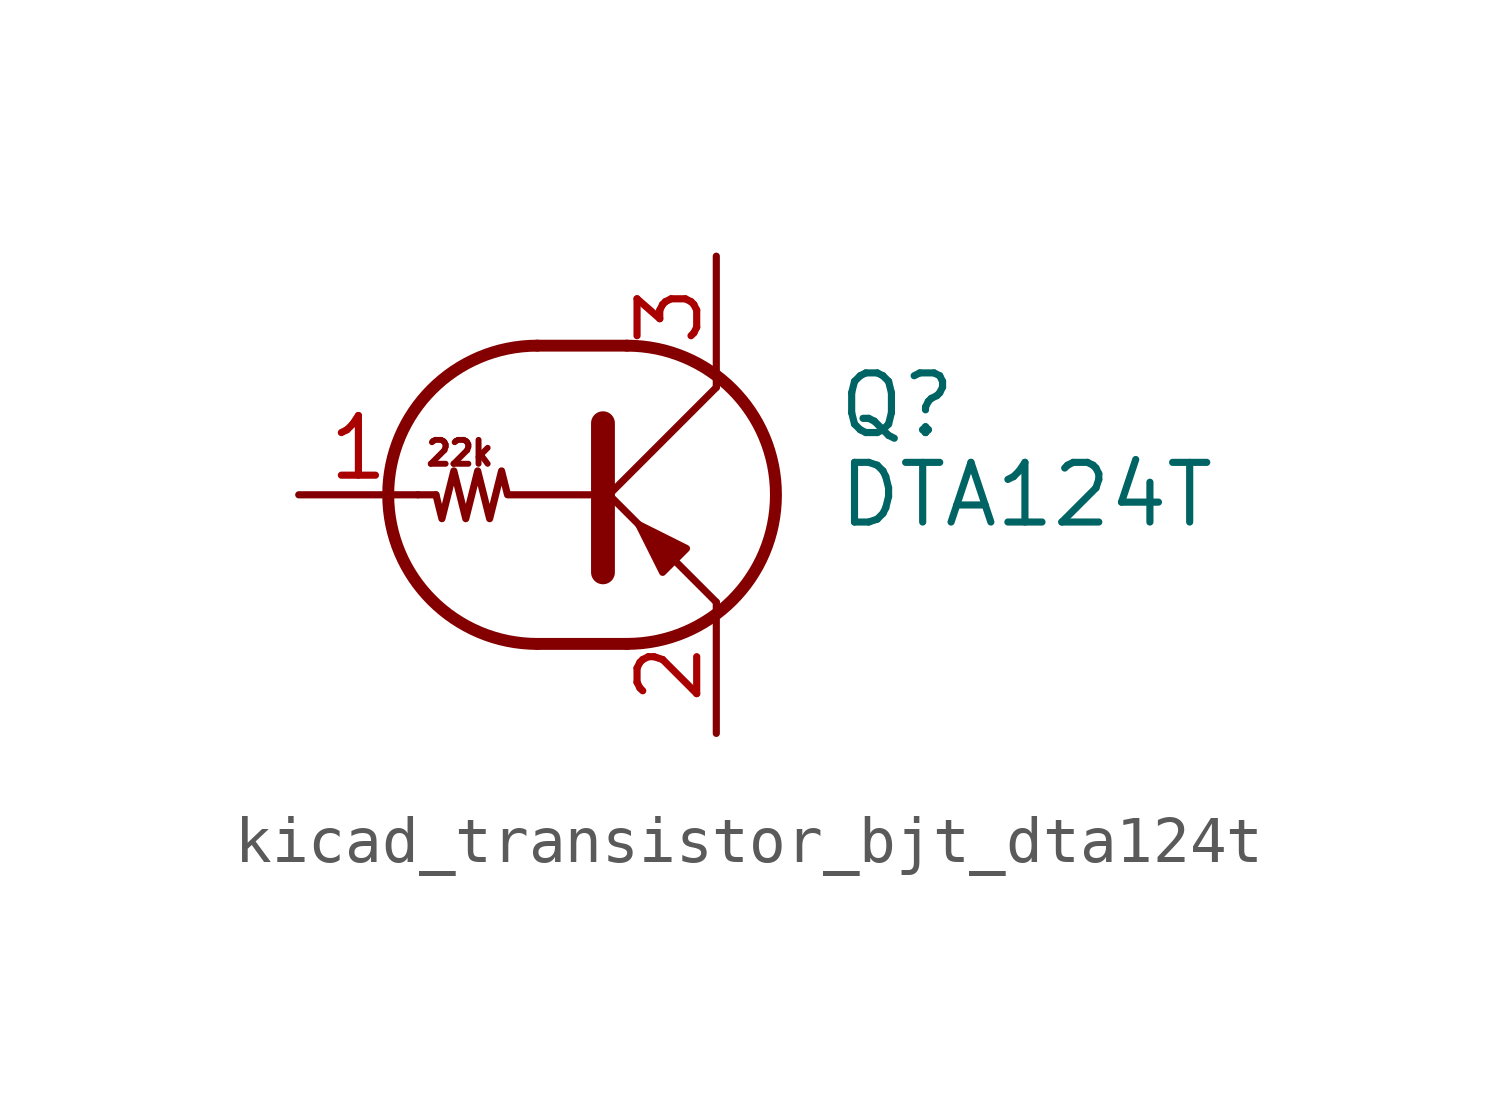
<source format=kicad_sym>
(kicad_symbol_lib
  (version 20220914)
  (generator kicad_symbol_editor)
  (symbol "kicad_transistor_bjt_dta124t"
    (pin_names
      (offset 0) hide)
    (property "Reference" "Q"
      (at 5.08 1.905 0)
      (effects (font (size 1.27 1.27)) (justify left)))
    (property "Value" "DTA124T"
      (at 5.08 0 0)
      (effects (font (size 1.27 1.27)) (justify left)))
    (symbol "kicad_transistor_bjt_dta124t_0_0"
      (polyline (pts (xy 2.54 -2.286) (xy 2.54 -2.54)) (stroke (width 0) (type default)) (fill (type none)))
      (text "22k" (at -2.921 0.889 0) (effects (font (size 0.508 0.508)))))
    (symbol "kicad_transistor_bjt_dta124t_0_1"
      (arc (start -1.27 3.175) (mid -4.4312 0) (end -1.27 -3.175) (stroke (width 0.254) (type default)) (fill (type none)))
      (polyline (pts (xy -3.429 0) (xy -3.81 0)) (stroke (width 0) (type default)) (fill (type none)))
      (polyline (pts (xy -1.27 -3.175) (xy 0.635 -3.175)) (stroke (width 0.254) (type default)) (fill (type none)))
      (polyline (pts (xy -1.27 3.175) (xy 0.635 3.175)) (stroke (width 0.254) (type default)) (fill (type none)))
      (polyline (pts (xy 0 -0.254) (xy 2.54 2.286)) (stroke (width 0) (type default)) (fill (type none)))
      (polyline (pts (xy 0.127 1.524) (xy 0.127 -1.651)) (stroke (width 0.508) (type default)) (fill (type outline)))
      (polyline (pts (xy 2.54 2.286) (xy 2.54 2.54)) (stroke (width 0) (type default)) (fill (type none)))
      (polyline (pts (xy 2.54 -2.286) (xy 0 0.254) (xy 0 0.254)) (stroke (width 0) (type default)) (fill (type none)))
      (polyline (pts (xy 1.397 -1.651) (xy 1.905 -1.143) (xy 0.889 -0.635) (xy 1.397 -1.651)) (stroke (width 0) (type default)) (fill (type outline)))
      (polyline (pts (xy 0 0) (xy -1.905 0) (xy -2.032 0.508) (xy -2.286 -0.508) (xy -2.54 0.508) (xy -2.794 -0.508) (xy -3.048 0.508) (xy -3.302 -0.508) (xy -3.429 0)) (stroke (width 0) (type default)) (fill (type none)))
      (arc (start 0.635 -3.175) (mid 3.7962 0) (end 0.635 3.175) (stroke (width 0.254) (type default)) (fill (type none))))
    (symbol "kicad_transistor_bjt_dta124t_1_1"
      (pin input line (at -6.35 0 0) (length 2.54) (name "B" (effects (font (size 1.27 1.27)))) (number "1" (effects (font (size 1.27 1.27)))))
      (pin passive line (at 2.54 -5.08 90) (length 2.54) (name "E" (effects (font (size 1.27 1.27)))) (number "2" (effects (font (size 1.27 1.27)))))
      (pin passive line (at 2.54 5.08 270) (length 2.54) (name "C" (effects (font (size 1.27 1.27)))) (number "3" (effects (font (size 1.27 1.27))))))))
</source>
